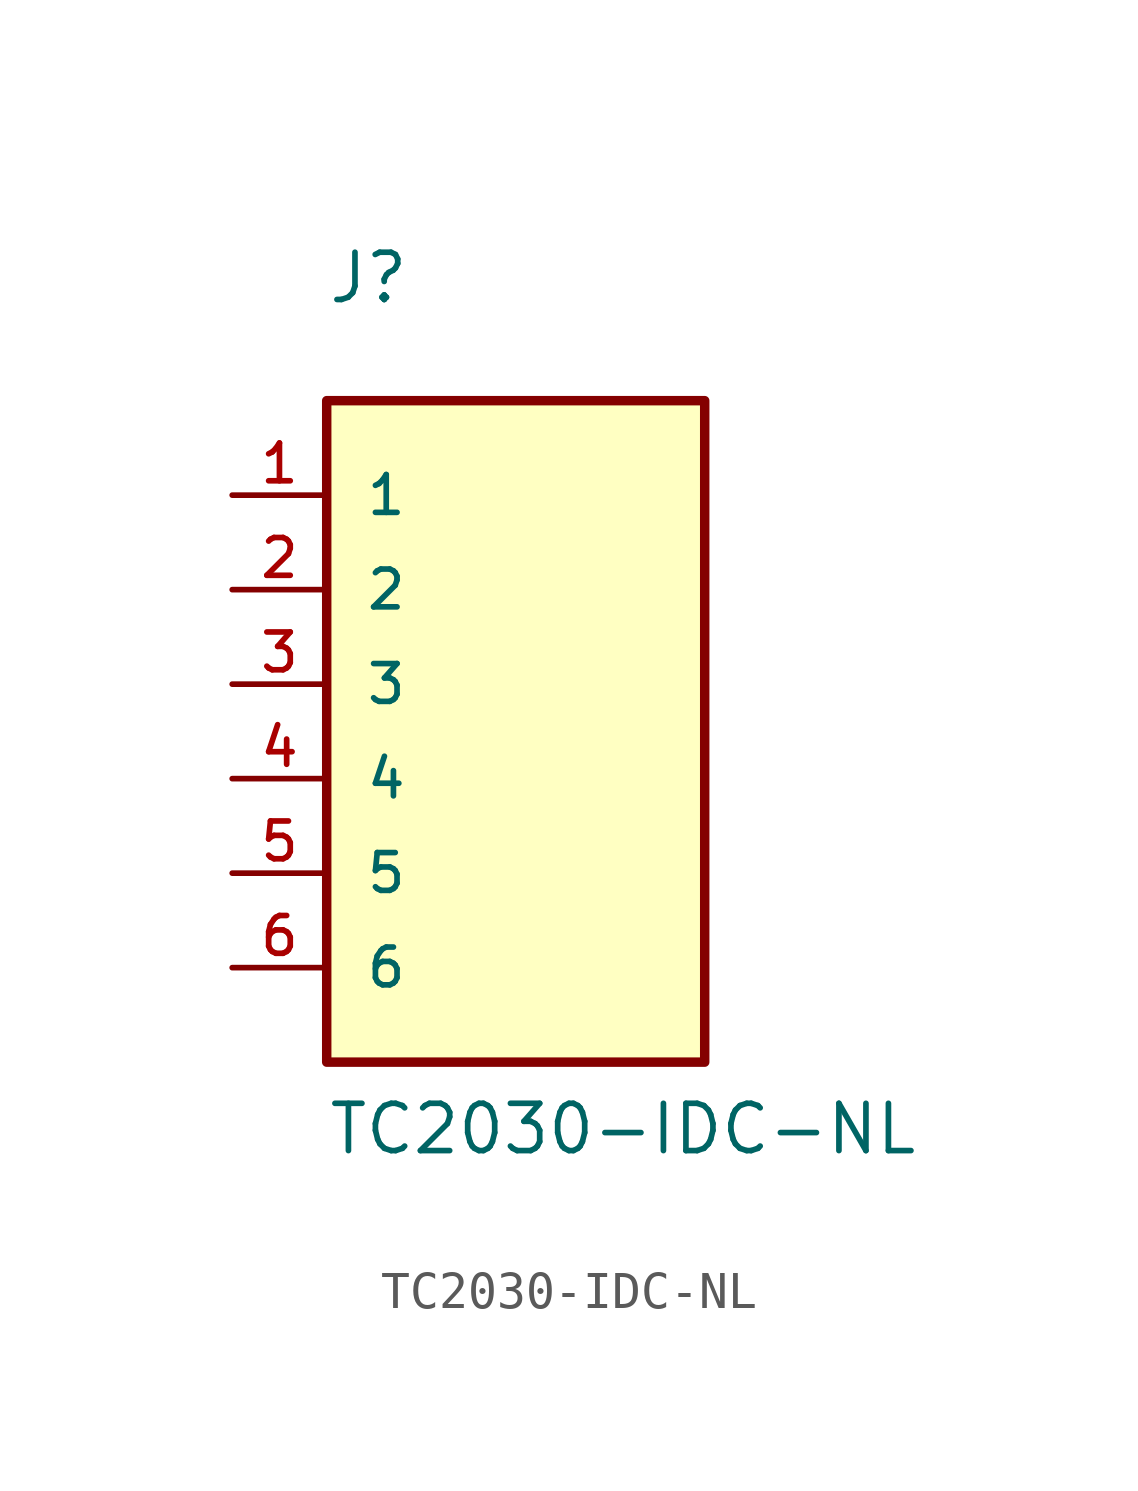
<source format=kicad_sym>
(kicad_symbol_lib
  (version 20211014)
  (generator kicad_symbol_editor)
  (symbol "TC2030-IDC-NL"
    (pin_names
      (offset 1.016))
    (property "Reference" "J"
      (at -5.086 12.716 0)
      (effects (font (size 1.27 1.27)) (justify bottom left)))
    (property "Value" "TC2030-IDC-NL"
      (at -5.08 -10.16 0)
      (effects (font (size 1.27 1.27)) (justify bottom left)))
    (symbol "TC2030-IDC-NL_0_0"
      (rectangle (start -5.08 -7.62) (end 5.08 10.16) (stroke (width 0.254)) (fill (type background)))
      (pin passive line (at -7.62 7.62 0) (length 2.54) (name "1" (effects (font (size 1.016 1.016)))) (number "1" (effects (font (size 1.016 1.016)))))
      (pin passive line (at -7.62 5.08 0) (length 2.54) (name "2" (effects (font (size 1.016 1.016)))) (number "2" (effects (font (size 1.016 1.016)))))
      (pin passive line (at -7.62 2.54 0) (length 2.54) (name "3" (effects (font (size 1.016 1.016)))) (number "3" (effects (font (size 1.016 1.016)))))
      (pin passive line (at -7.62 0.0 0) (length 2.54) (name "4" (effects (font (size 1.016 1.016)))) (number "4" (effects (font (size 1.016 1.016)))))
      (pin passive line (at -7.62 -2.54 0) (length 2.54) (name "5" (effects (font (size 1.016 1.016)))) (number "5" (effects (font (size 1.016 1.016)))))
      (pin passive line (at -7.62 -5.08 0) (length 2.54) (name "6" (effects (font (size 1.016 1.016)))) (number "6" (effects (font (size 1.016 1.016))))))))
</source>
